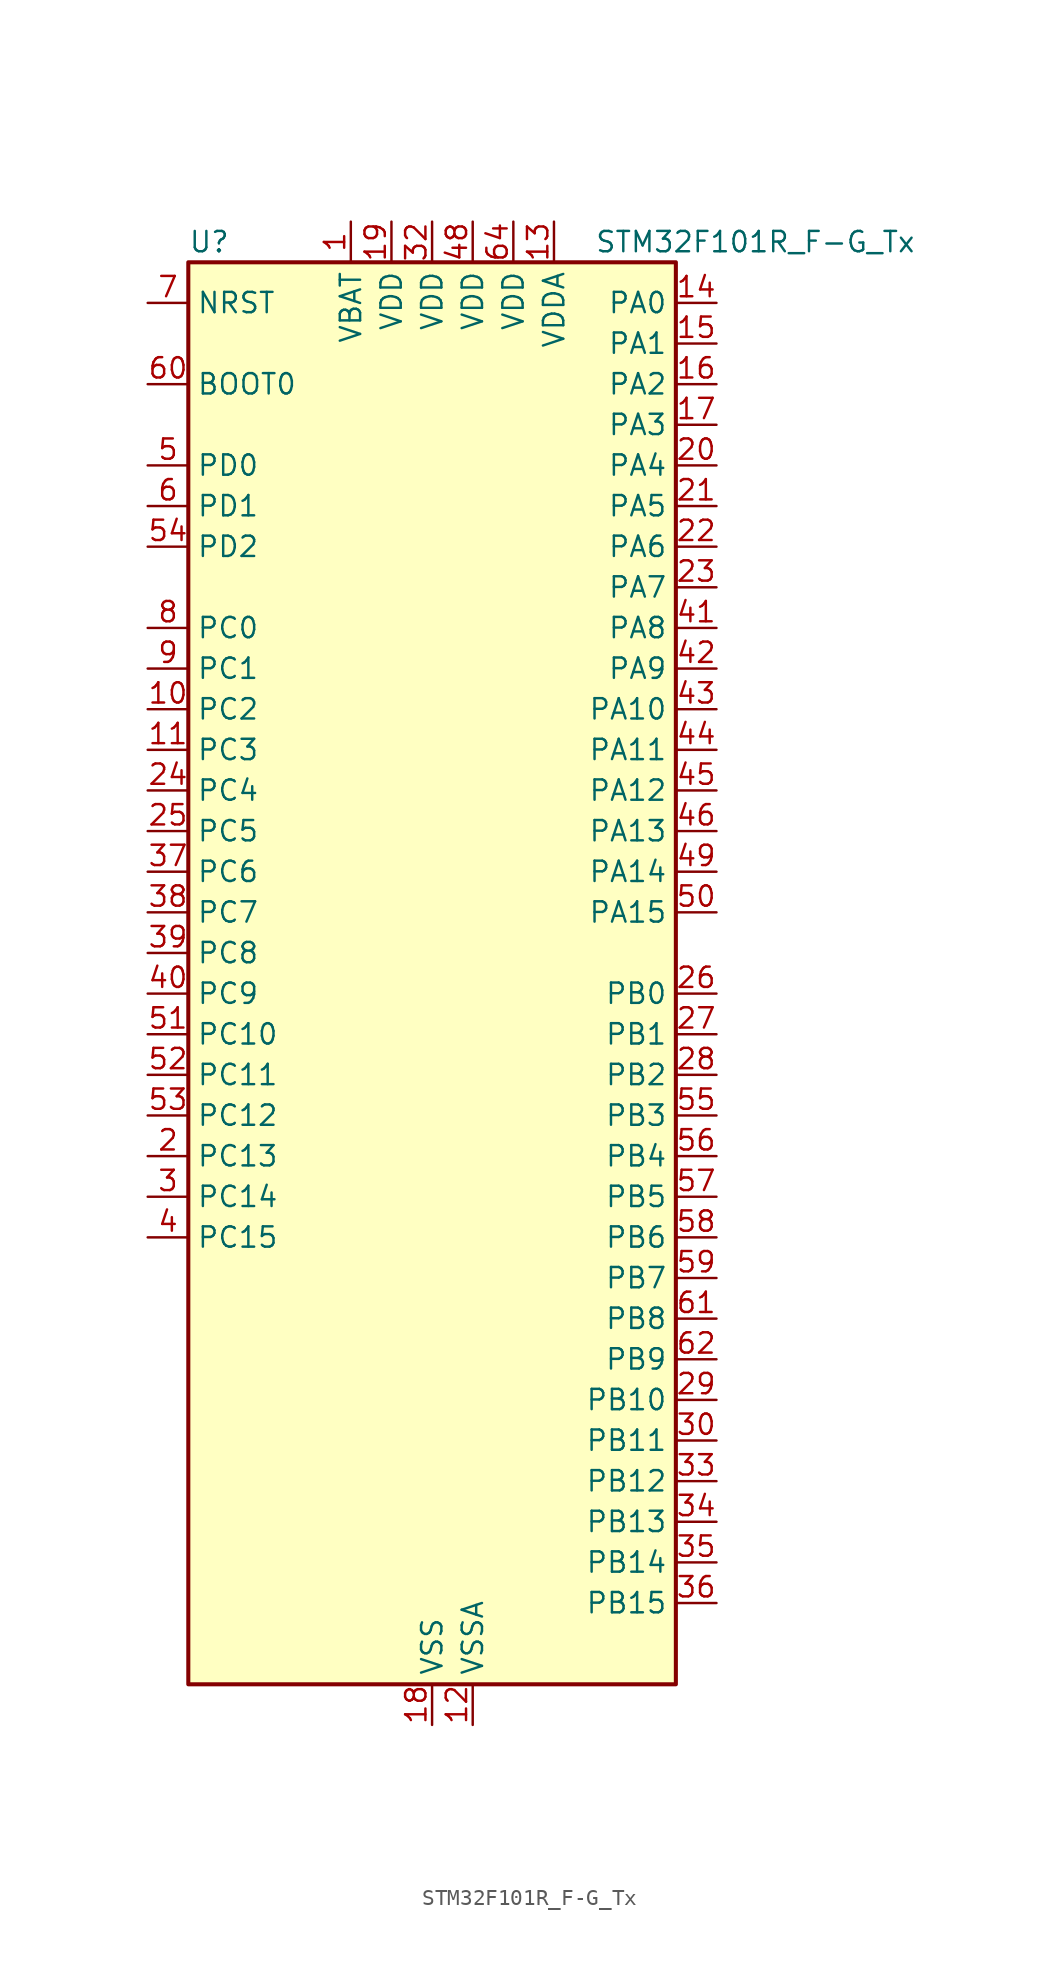
<source format=kicad_sym>
(kicad_symbol_lib
  (version 20220914)
  (generator kicad_symbol_editor)
  (symbol "STM32F101R_F-G_Tx"
    (property "Reference" "U"
      (at -15.24 46.99 0)
      (effects (font (size 1.27 1.27)) (justify left)))
    (property "Value" "STM32F101R_F-G_Tx"
      (at 10.16 46.99 0)
      (effects (font (size 1.27 1.27)) (justify left)))
    (property "ki_locked" ""
      (at 0 0 0)
      (effects (font (size 1.27 1.27))))
    (symbol "STM32F101R_F-G_Tx_0_1"
      (rectangle (start -15.24 -43.18) (end 15.24 45.72) (stroke (width 0.254) (type default)) (fill (type background))))
    (symbol "STM32F101R_F-G_Tx_1_1"
      (pin power_in line (at -5.08 48.26 270) (length 2.54) (name "VBAT" (effects (font (size 1.27 1.27)))) (number "1" (effects (font (size 1.27 1.27)))))
      (pin bidirectional line (at -17.78 17.78 0) (length 2.54) (name "PC2" (effects (font (size 1.27 1.27)))) (number "10" (effects (font (size 1.27 1.27)))) (alternate "ADC1_IN12" bidirectional line))
      (pin bidirectional line (at -17.78 15.24 0) (length 2.54) (name "PC3" (effects (font (size 1.27 1.27)))) (number "11" (effects (font (size 1.27 1.27)))) (alternate "ADC1_IN13" bidirectional line))
      (pin power_in line (at 2.54 -45.72 90) (length 2.54) (name "VSSA" (effects (font (size 1.27 1.27)))) (number "12" (effects (font (size 1.27 1.27)))))
      (pin power_in line (at 7.62 48.26 270) (length 2.54) (name "VDDA" (effects (font (size 1.27 1.27)))) (number "13" (effects (font (size 1.27 1.27)))))
      (pin bidirectional line (at 17.78 43.18 180) (length 2.54) (name "PA0" (effects (font (size 1.27 1.27)))) (number "14" (effects (font (size 1.27 1.27)))) (alternate "ADC1_IN0" bidirectional line) (alternate "SYS_WKUP" bidirectional line) (alternate "TIM2_CH1" bidirectional line) (alternate "TIM2_ETR" bidirectional line) (alternate "TIM5_CH1" bidirectional line) (alternate "USART2_CTS" bidirectional line))
      (pin bidirectional line (at 17.78 40.64 180) (length 2.54) (name "PA1" (effects (font (size 1.27 1.27)))) (number "15" (effects (font (size 1.27 1.27)))) (alternate "ADC1_IN1" bidirectional line) (alternate "TIM2_CH2" bidirectional line) (alternate "TIM5_CH2" bidirectional line) (alternate "USART2_RTS" bidirectional line))
      (pin bidirectional line (at 17.78 38.1 180) (length 2.54) (name "PA2" (effects (font (size 1.27 1.27)))) (number "16" (effects (font (size 1.27 1.27)))) (alternate "ADC1_IN2" bidirectional line) (alternate "TIM2_CH3" bidirectional line) (alternate "TIM5_CH3" bidirectional line) (alternate "TIM9_CH1" bidirectional line) (alternate "USART2_TX" bidirectional line))
      (pin bidirectional line (at 17.78 35.56 180) (length 2.54) (name "PA3" (effects (font (size 1.27 1.27)))) (number "17" (effects (font (size 1.27 1.27)))) (alternate "ADC1_IN3" bidirectional line) (alternate "TIM2_CH4" bidirectional line) (alternate "TIM5_CH4" bidirectional line) (alternate "TIM9_CH2" bidirectional line) (alternate "USART2_RX" bidirectional line))
      (pin power_in line (at 0 -45.72 90) (length 2.54) (name "VSS" (effects (font (size 1.27 1.27)))) (number "18" (effects (font (size 1.27 1.27)))))
      (pin power_in line (at -2.54 48.26 270) (length 2.54) (name "VDD" (effects (font (size 1.27 1.27)))) (number "19" (effects (font (size 1.27 1.27)))))
      (pin bidirectional line (at -17.78 -10.16 0) (length 2.54) (name "PC13" (effects (font (size 1.27 1.27)))) (number "2" (effects (font (size 1.27 1.27)))) (alternate "RTC_OUT" bidirectional line) (alternate "RTC_TAMPER" bidirectional line))
      (pin bidirectional line (at 17.78 33.02 180) (length 2.54) (name "PA4" (effects (font (size 1.27 1.27)))) (number "20" (effects (font (size 1.27 1.27)))) (alternate "ADC1_IN4" bidirectional line) (alternate "DAC_OUT1" bidirectional line) (alternate "SPI1_NSS" bidirectional line) (alternate "USART2_CK" bidirectional line))
      (pin bidirectional line (at 17.78 30.48 180) (length 2.54) (name "PA5" (effects (font (size 1.27 1.27)))) (number "21" (effects (font (size 1.27 1.27)))) (alternate "ADC1_IN5" bidirectional line) (alternate "DAC_OUT2" bidirectional line) (alternate "SPI1_SCK" bidirectional line))
      (pin bidirectional line (at 17.78 27.94 180) (length 2.54) (name "PA6" (effects (font (size 1.27 1.27)))) (number "22" (effects (font (size 1.27 1.27)))) (alternate "ADC1_IN6" bidirectional line) (alternate "SPI1_MISO" bidirectional line) (alternate "TIM13_CH1" bidirectional line) (alternate "TIM3_CH1" bidirectional line))
      (pin bidirectional line (at 17.78 25.4 180) (length 2.54) (name "PA7" (effects (font (size 1.27 1.27)))) (number "23" (effects (font (size 1.27 1.27)))) (alternate "ADC1_IN7" bidirectional line) (alternate "SPI1_MOSI" bidirectional line) (alternate "TIM14_CH1" bidirectional line) (alternate "TIM3_CH2" bidirectional line))
      (pin bidirectional line (at -17.78 12.7 0) (length 2.54) (name "PC4" (effects (font (size 1.27 1.27)))) (number "24" (effects (font (size 1.27 1.27)))) (alternate "ADC1_IN14" bidirectional line))
      (pin bidirectional line (at -17.78 10.16 0) (length 2.54) (name "PC5" (effects (font (size 1.27 1.27)))) (number "25" (effects (font (size 1.27 1.27)))) (alternate "ADC1_IN15" bidirectional line))
      (pin bidirectional line (at 17.78 0 180) (length 2.54) (name "PB0" (effects (font (size 1.27 1.27)))) (number "26" (effects (font (size 1.27 1.27)))) (alternate "ADC1_IN8" bidirectional line) (alternate "TIM3_CH3" bidirectional line))
      (pin bidirectional line (at 17.78 -2.54 180) (length 2.54) (name "PB1" (effects (font (size 1.27 1.27)))) (number "27" (effects (font (size 1.27 1.27)))) (alternate "ADC1_IN9" bidirectional line) (alternate "TIM3_CH4" bidirectional line))
      (pin bidirectional line (at 17.78 -5.08 180) (length 2.54) (name "PB2" (effects (font (size 1.27 1.27)))) (number "28" (effects (font (size 1.27 1.27)))))
      (pin bidirectional line (at 17.78 -25.4 180) (length 2.54) (name "PB10" (effects (font (size 1.27 1.27)))) (number "29" (effects (font (size 1.27 1.27)))) (alternate "I2C2_SCL" bidirectional line) (alternate "TIM2_CH3" bidirectional line) (alternate "USART3_TX" bidirectional line))
      (pin bidirectional line (at -17.78 -12.7 0) (length 2.54) (name "PC14" (effects (font (size 1.27 1.27)))) (number "3" (effects (font (size 1.27 1.27)))) (alternate "RCC_OSC32_IN" bidirectional line))
      (pin bidirectional line (at 17.78 -27.94 180) (length 2.54) (name "PB11" (effects (font (size 1.27 1.27)))) (number "30" (effects (font (size 1.27 1.27)))) (alternate "ADC1_EXTI11" bidirectional line) (alternate "I2C2_SDA" bidirectional line) (alternate "TIM2_CH4" bidirectional line) (alternate "USART3_RX" bidirectional line))
      (pin passive line (at 0 -45.72 90) (length 2.54) hide (name "VSS" (effects (font (size 1.27 1.27)))) (number "31" (effects (font (size 1.27 1.27)))))
      (pin power_in line (at 0 48.26 270) (length 2.54) (name "VDD" (effects (font (size 1.27 1.27)))) (number "32" (effects (font (size 1.27 1.27)))))
      (pin bidirectional line (at 17.78 -30.48 180) (length 2.54) (name "PB12" (effects (font (size 1.27 1.27)))) (number "33" (effects (font (size 1.27 1.27)))) (alternate "I2C2_SMBA" bidirectional line) (alternate "SPI2_NSS" bidirectional line) (alternate "USART3_CK" bidirectional line))
      (pin bidirectional line (at 17.78 -33.02 180) (length 2.54) (name "PB13" (effects (font (size 1.27 1.27)))) (number "34" (effects (font (size 1.27 1.27)))) (alternate "SPI2_SCK" bidirectional line) (alternate "USART3_CTS" bidirectional line))
      (pin bidirectional line (at 17.78 -35.56 180) (length 2.54) (name "PB14" (effects (font (size 1.27 1.27)))) (number "35" (effects (font (size 1.27 1.27)))) (alternate "SPI2_MISO" bidirectional line) (alternate "TIM12_CH1" bidirectional line) (alternate "USART3_RTS" bidirectional line))
      (pin bidirectional line (at 17.78 -38.1 180) (length 2.54) (name "PB15" (effects (font (size 1.27 1.27)))) (number "36" (effects (font (size 1.27 1.27)))) (alternate "ADC1_EXTI15" bidirectional line) (alternate "SPI2_MOSI" bidirectional line) (alternate "TIM12_CH2" bidirectional line))
      (pin bidirectional line (at -17.78 7.62 0) (length 2.54) (name "PC6" (effects (font (size 1.27 1.27)))) (number "37" (effects (font (size 1.27 1.27)))) (alternate "TIM3_CH1" bidirectional line))
      (pin bidirectional line (at -17.78 5.08 0) (length 2.54) (name "PC7" (effects (font (size 1.27 1.27)))) (number "38" (effects (font (size 1.27 1.27)))) (alternate "TIM3_CH2" bidirectional line))
      (pin bidirectional line (at -17.78 2.54 0) (length 2.54) (name "PC8" (effects (font (size 1.27 1.27)))) (number "39" (effects (font (size 1.27 1.27)))) (alternate "TIM3_CH3" bidirectional line))
      (pin bidirectional line (at -17.78 -15.24 0) (length 2.54) (name "PC15" (effects (font (size 1.27 1.27)))) (number "4" (effects (font (size 1.27 1.27)))) (alternate "ADC1_EXTI15" bidirectional line) (alternate "RCC_OSC32_OUT" bidirectional line))
      (pin bidirectional line (at -17.78 0 0) (length 2.54) (name "PC9" (effects (font (size 1.27 1.27)))) (number "40" (effects (font (size 1.27 1.27)))) (alternate "DAC_EXTI9" bidirectional line) (alternate "TIM3_CH4" bidirectional line))
      (pin bidirectional line (at 17.78 22.86 180) (length 2.54) (name "PA8" (effects (font (size 1.27 1.27)))) (number "41" (effects (font (size 1.27 1.27)))) (alternate "RCC_MCO" bidirectional line) (alternate "USART1_CK" bidirectional line))
      (pin bidirectional line (at 17.78 20.32 180) (length 2.54) (name "PA9" (effects (font (size 1.27 1.27)))) (number "42" (effects (font (size 1.27 1.27)))) (alternate "DAC_EXTI9" bidirectional line) (alternate "USART1_TX" bidirectional line))
      (pin bidirectional line (at 17.78 17.78 180) (length 2.54) (name "PA10" (effects (font (size 1.27 1.27)))) (number "43" (effects (font (size 1.27 1.27)))) (alternate "USART1_RX" bidirectional line))
      (pin bidirectional line (at 17.78 15.24 180) (length 2.54) (name "PA11" (effects (font (size 1.27 1.27)))) (number "44" (effects (font (size 1.27 1.27)))) (alternate "ADC1_EXTI11" bidirectional line) (alternate "USART1_CTS" bidirectional line))
      (pin bidirectional line (at 17.78 12.7 180) (length 2.54) (name "PA12" (effects (font (size 1.27 1.27)))) (number "45" (effects (font (size 1.27 1.27)))) (alternate "USART1_RTS" bidirectional line))
      (pin bidirectional line (at 17.78 10.16 180) (length 2.54) (name "PA13" (effects (font (size 1.27 1.27)))) (number "46" (effects (font (size 1.27 1.27)))) (alternate "SYS_JTMS-SWDIO" bidirectional line))
      (pin passive line (at 0 -45.72 90) (length 2.54) hide (name "VSS" (effects (font (size 1.27 1.27)))) (number "47" (effects (font (size 1.27 1.27)))))
      (pin power_in line (at 2.54 48.26 270) (length 2.54) (name "VDD" (effects (font (size 1.27 1.27)))) (number "48" (effects (font (size 1.27 1.27)))))
      (pin bidirectional line (at 17.78 7.62 180) (length 2.54) (name "PA14" (effects (font (size 1.27 1.27)))) (number "49" (effects (font (size 1.27 1.27)))) (alternate "SYS_JTCK-SWCLK" bidirectional line))
      (pin bidirectional line (at -17.78 33.02 0) (length 2.54) (name "PD0" (effects (font (size 1.27 1.27)))) (number "5" (effects (font (size 1.27 1.27)))) (alternate "RCC_OSC_IN" bidirectional line))
      (pin bidirectional line (at 17.78 5.08 180) (length 2.54) (name "PA15" (effects (font (size 1.27 1.27)))) (number "50" (effects (font (size 1.27 1.27)))) (alternate "ADC1_EXTI15" bidirectional line) (alternate "SPI1_NSS" bidirectional line) (alternate "SPI3_NSS" bidirectional line) (alternate "SYS_JTDI" bidirectional line) (alternate "TIM2_CH1" bidirectional line) (alternate "TIM2_ETR" bidirectional line))
      (pin bidirectional line (at -17.78 -2.54 0) (length 2.54) (name "PC10" (effects (font (size 1.27 1.27)))) (number "51" (effects (font (size 1.27 1.27)))) (alternate "UART4_TX" bidirectional line) (alternate "USART3_TX" bidirectional line))
      (pin bidirectional line (at -17.78 -5.08 0) (length 2.54) (name "PC11" (effects (font (size 1.27 1.27)))) (number "52" (effects (font (size 1.27 1.27)))) (alternate "ADC1_EXTI11" bidirectional line) (alternate "UART4_RX" bidirectional line) (alternate "USART3_RX" bidirectional line))
      (pin bidirectional line (at -17.78 -7.62 0) (length 2.54) (name "PC12" (effects (font (size 1.27 1.27)))) (number "53" (effects (font (size 1.27 1.27)))) (alternate "UART5_TX" bidirectional line) (alternate "USART3_CK" bidirectional line))
      (pin bidirectional line (at -17.78 27.94 0) (length 2.54) (name "PD2" (effects (font (size 1.27 1.27)))) (number "54" (effects (font (size 1.27 1.27)))) (alternate "TIM3_ETR" bidirectional line) (alternate "UART5_RX" bidirectional line))
      (pin bidirectional line (at 17.78 -7.62 180) (length 2.54) (name "PB3" (effects (font (size 1.27 1.27)))) (number "55" (effects (font (size 1.27 1.27)))) (alternate "SPI1_SCK" bidirectional line) (alternate "SPI3_SCK" bidirectional line) (alternate "SYS_JTDO-TRACESWO" bidirectional line) (alternate "TIM2_CH2" bidirectional line))
      (pin bidirectional line (at 17.78 -10.16 180) (length 2.54) (name "PB4" (effects (font (size 1.27 1.27)))) (number "56" (effects (font (size 1.27 1.27)))) (alternate "SPI1_MISO" bidirectional line) (alternate "SPI3_MISO" bidirectional line) (alternate "SYS_NJTRST" bidirectional line) (alternate "TIM3_CH1" bidirectional line))
      (pin bidirectional line (at 17.78 -12.7 180) (length 2.54) (name "PB5" (effects (font (size 1.27 1.27)))) (number "57" (effects (font (size 1.27 1.27)))) (alternate "I2C1_SMBA" bidirectional line) (alternate "SPI1_MOSI" bidirectional line) (alternate "SPI3_MOSI" bidirectional line) (alternate "TIM3_CH2" bidirectional line))
      (pin bidirectional line (at 17.78 -15.24 180) (length 2.54) (name "PB6" (effects (font (size 1.27 1.27)))) (number "58" (effects (font (size 1.27 1.27)))) (alternate "I2C1_SCL" bidirectional line) (alternate "TIM4_CH1" bidirectional line) (alternate "USART1_TX" bidirectional line))
      (pin bidirectional line (at 17.78 -17.78 180) (length 2.54) (name "PB7" (effects (font (size 1.27 1.27)))) (number "59" (effects (font (size 1.27 1.27)))) (alternate "I2C1_SDA" bidirectional line) (alternate "TIM4_CH2" bidirectional line) (alternate "USART1_RX" bidirectional line))
      (pin bidirectional line (at -17.78 30.48 0) (length 2.54) (name "PD1" (effects (font (size 1.27 1.27)))) (number "6" (effects (font (size 1.27 1.27)))) (alternate "RCC_OSC_OUT" bidirectional line))
      (pin input line (at -17.78 38.1 0) (length 2.54) (name "BOOT0" (effects (font (size 1.27 1.27)))) (number "60" (effects (font (size 1.27 1.27)))))
      (pin bidirectional line (at 17.78 -20.32 180) (length 2.54) (name "PB8" (effects (font (size 1.27 1.27)))) (number "61" (effects (font (size 1.27 1.27)))) (alternate "I2C1_SCL" bidirectional line) (alternate "TIM10_CH1" bidirectional line) (alternate "TIM4_CH3" bidirectional line))
      (pin bidirectional line (at 17.78 -22.86 180) (length 2.54) (name "PB9" (effects (font (size 1.27 1.27)))) (number "62" (effects (font (size 1.27 1.27)))) (alternate "DAC_EXTI9" bidirectional line) (alternate "I2C1_SDA" bidirectional line) (alternate "TIM11_CH1" bidirectional line) (alternate "TIM4_CH4" bidirectional line))
      (pin passive line (at 0 -45.72 90) (length 2.54) hide (name "VSS" (effects (font (size 1.27 1.27)))) (number "63" (effects (font (size 1.27 1.27)))))
      (pin power_in line (at 5.08 48.26 270) (length 2.54) (name "VDD" (effects (font (size 1.27 1.27)))) (number "64" (effects (font (size 1.27 1.27)))))
      (pin input line (at -17.78 43.18 0) (length 2.54) (name "NRST" (effects (font (size 1.27 1.27)))) (number "7" (effects (font (size 1.27 1.27)))))
      (pin bidirectional line (at -17.78 22.86 0) (length 2.54) (name "PC0" (effects (font (size 1.27 1.27)))) (number "8" (effects (font (size 1.27 1.27)))) (alternate "ADC1_IN10" bidirectional line))
      (pin bidirectional line (at -17.78 20.32 0) (length 2.54) (name "PC1" (effects (font (size 1.27 1.27)))) (number "9" (effects (font (size 1.27 1.27)))) (alternate "ADC1_IN11" bidirectional line)))))
</source>
